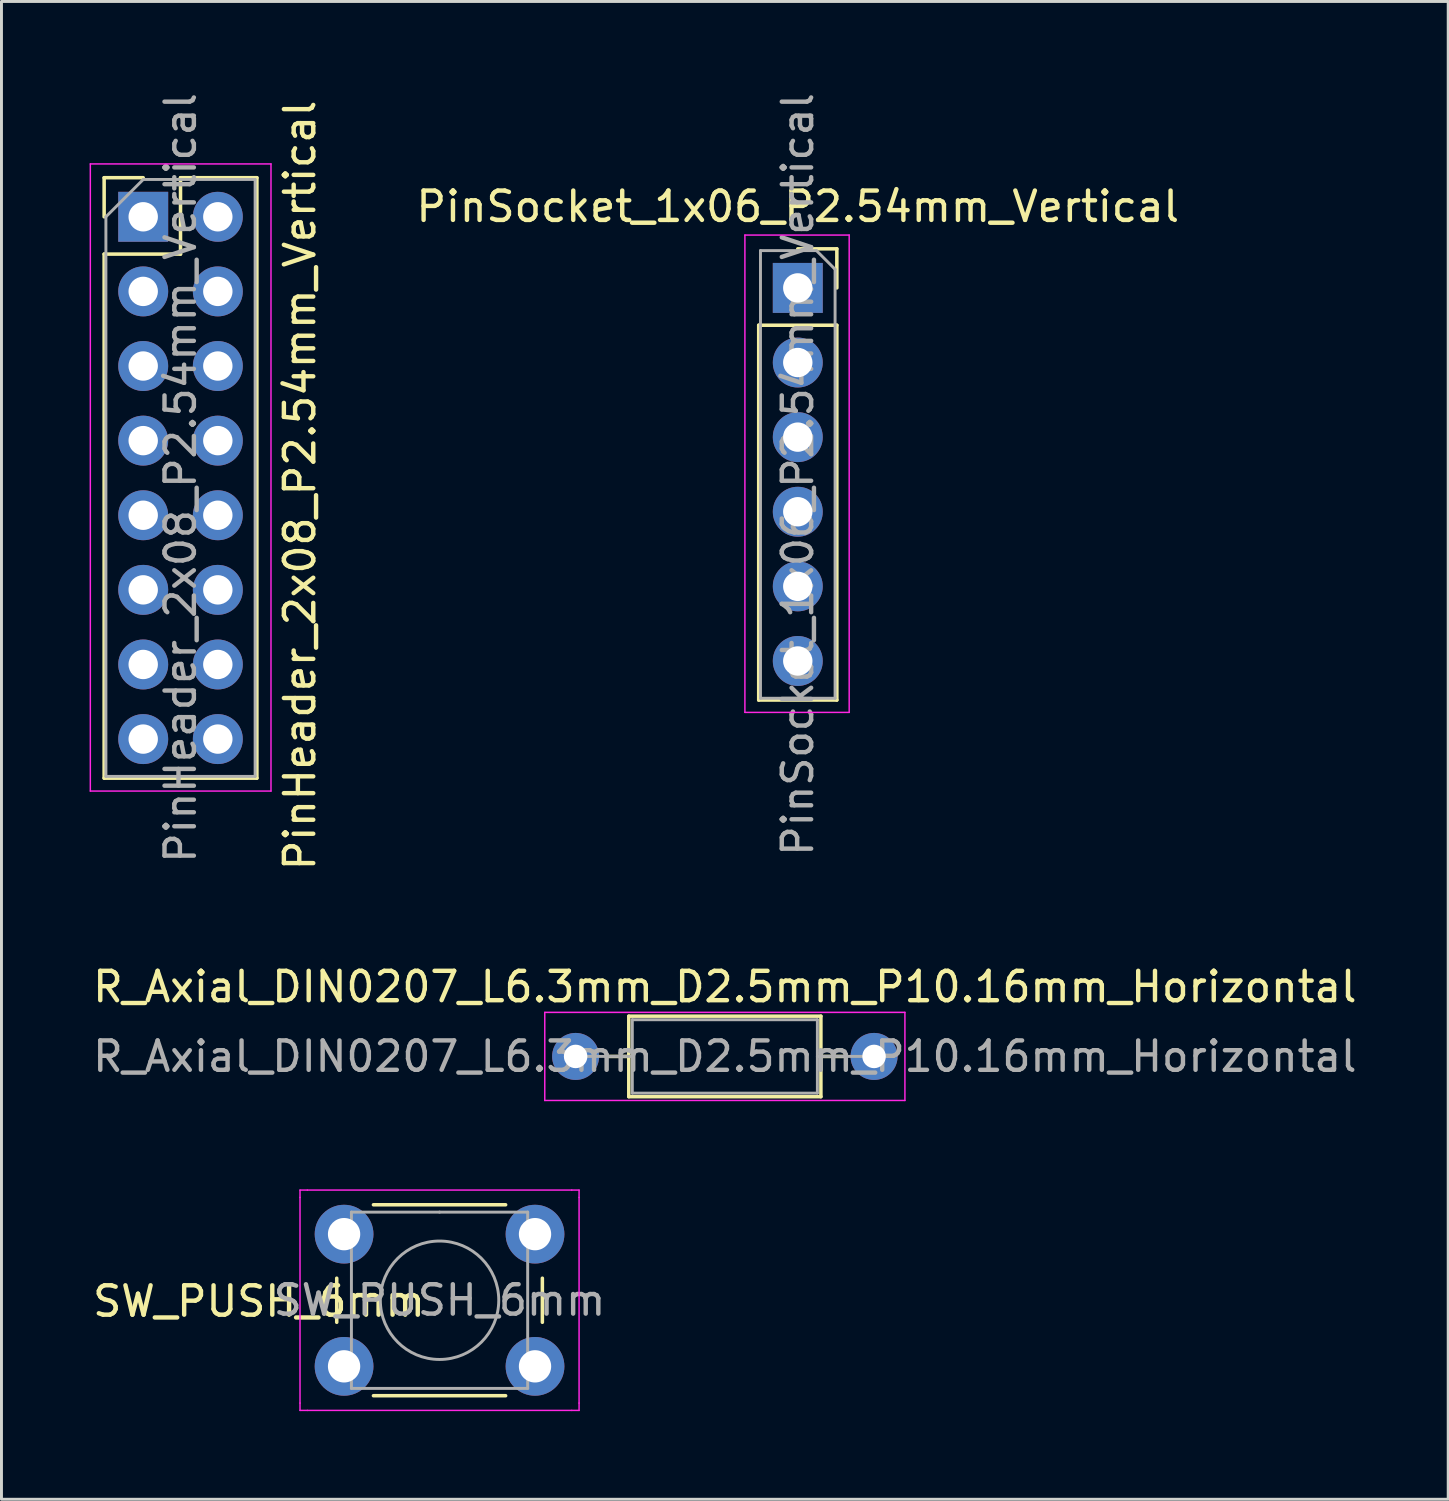
<source format=kicad_pcb>
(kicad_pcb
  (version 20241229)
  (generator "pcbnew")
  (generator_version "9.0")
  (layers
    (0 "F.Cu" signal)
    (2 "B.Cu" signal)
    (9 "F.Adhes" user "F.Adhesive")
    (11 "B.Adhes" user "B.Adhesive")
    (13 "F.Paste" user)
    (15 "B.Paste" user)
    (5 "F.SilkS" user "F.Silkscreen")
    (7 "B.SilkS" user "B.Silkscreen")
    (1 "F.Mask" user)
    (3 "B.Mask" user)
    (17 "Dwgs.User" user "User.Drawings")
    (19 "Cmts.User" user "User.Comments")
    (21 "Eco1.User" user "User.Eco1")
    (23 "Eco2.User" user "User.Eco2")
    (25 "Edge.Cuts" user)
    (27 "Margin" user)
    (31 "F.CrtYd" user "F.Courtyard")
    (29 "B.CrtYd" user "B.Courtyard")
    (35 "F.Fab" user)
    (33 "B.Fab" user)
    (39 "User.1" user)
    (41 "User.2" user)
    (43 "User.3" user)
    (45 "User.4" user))
  (footprint "PinHeader_2x08_P2.54mm_Vertical"
    (layer "F.Cu")
    (at 1.825 4.33)
    (property "Reference" "PinHeader_2x08_P2.54mm_Vertical" (at 5.334 9.144 270) (layer "F.SilkS") (effects (font (size 1 1) (thickness 0.15))))
    (attr through_hole)
    (fp_line (start -1.33 -1.33) (end 0 -1.33) (stroke (width 0.12) (type solid)) (layer "F.SilkS"))
    (fp_line (start -1.33 0) (end -1.33 -1.33) (stroke (width 0.12) (type solid)) (layer "F.SilkS"))
    (fp_line (start -1.33 1.27) (end -1.33 19.11) (stroke (width 0.12) (type solid)) (layer "F.SilkS"))
    (fp_line (start -1.33 1.27) (end 1.27 1.27) (stroke (width 0.12) (type solid)) (layer "F.SilkS"))
    (fp_line (start -1.33 19.11) (end 3.87 19.11) (stroke (width 0.12) (type solid)) (layer "F.SilkS"))
    (fp_line (start 1.27 -1.33) (end 3.87 -1.33) (stroke (width 0.12) (type solid)) (layer "F.SilkS"))
    (fp_line (start 1.27 1.27) (end 1.27 -1.33) (stroke (width 0.12) (type solid)) (layer "F.SilkS"))
    (fp_line (start 3.87 -1.33) (end 3.87 19.11) (stroke (width 0.12) (type solid)) (layer "F.SilkS"))
    (fp_line (start -1.8 -1.8) (end -1.8 19.55) (stroke (width 0.05) (type solid)) (layer "F.CrtYd"))
    (fp_line (start -1.8 19.55) (end 4.35 19.55) (stroke (width 0.05) (type solid)) (layer "F.CrtYd"))
    (fp_line (start 4.35 -1.8) (end -1.8 -1.8) (stroke (width 0.05) (type solid)) (layer "F.CrtYd"))
    (fp_line (start 4.35 19.55) (end 4.35 -1.8) (stroke (width 0.05) (type solid)) (layer "F.CrtYd"))
    (fp_line (start -1.27 0) (end 0 -1.27) (stroke (width 0.1) (type solid)) (layer "F.Fab"))
    (fp_line (start -1.27 19.05) (end -1.27 0) (stroke (width 0.1) (type solid)) (layer "F.Fab"))
    (fp_line (start 0 -1.27) (end 3.81 -1.27) (stroke (width 0.1) (type solid)) (layer "F.Fab"))
    (fp_line (start 3.81 -1.27) (end 3.81 19.05) (stroke (width 0.1) (type solid)) (layer "F.Fab"))
    (fp_line (start 3.81 19.05) (end -1.27 19.05) (stroke (width 0.1) (type solid)) (layer "F.Fab"))
    (fp_text user "${REFERENCE}" (at 1.27 8.89 90) (layer "F.Fab") (effects (font (size 1 1) (thickness 0.15))))
    (pad "1" thru_hole rect (at 0 0) (size 1.7 1.7) (drill 1) (layers "*.Cu" "*.Mask"))
    (pad "2" thru_hole oval (at 2.54 0) (size 1.7 1.7) (drill 1) (layers "*.Cu" "*.Mask"))
    (pad "3" thru_hole oval (at 0 2.54) (size 1.7 1.7) (drill 1) (layers "*.Cu" "*.Mask"))
    (pad "4" thru_hole oval (at 2.54 2.54) (size 1.7 1.7) (drill 1) (layers "*.Cu" "*.Mask"))
    (pad "5" thru_hole oval (at 0 5.08) (size 1.7 1.7) (drill 1) (layers "*.Cu" "*.Mask"))
    (pad "6" thru_hole oval (at 2.54 5.08) (size 1.7 1.7) (drill 1) (layers "*.Cu" "*.Mask"))
    (pad "7" thru_hole oval (at 0 7.62) (size 1.7 1.7) (drill 1) (layers "*.Cu" "*.Mask"))
    (pad "8" thru_hole oval (at 2.54 7.62) (size 1.7 1.7) (drill 1) (layers "*.Cu" "*.Mask"))
    (pad "9" thru_hole oval (at 0 10.16) (size 1.7 1.7) (drill 1) (layers "*.Cu" "*.Mask"))
    (pad "10" thru_hole oval (at 2.54 10.16) (size 1.7 1.7) (drill 1) (layers "*.Cu" "*.Mask"))
    (pad "11" thru_hole oval (at 0 12.7) (size 1.7 1.7) (drill 1) (layers "*.Cu" "*.Mask"))
    (pad "12" thru_hole oval (at 2.54 12.7) (size 1.7 1.7) (drill 1) (layers "*.Cu" "*.Mask"))
    (pad "13" thru_hole oval (at 0 15.24) (size 1.7 1.7) (drill 1) (layers "*.Cu" "*.Mask"))
    (pad "14" thru_hole oval (at 2.54 15.24) (size 1.7 1.7) (drill 1) (layers "*.Cu" "*.Mask"))
    (pad "15" thru_hole oval (at 0 17.78) (size 1.7 1.7) (drill 1) (layers "*.Cu" "*.Mask"))
    (pad "16" thru_hole oval (at 2.54 17.78) (size 1.7 1.7) (drill 1) (layers "*.Cu" "*.Mask")))
  (footprint "SW_PUSH_6mm"
    (layer "F.Cu")
    (at 8.663 38.963)
    (property "Reference" "SW_PUSH_6mm" (at -2.896 2.286 0) (layer "F.SilkS") (effects (font (size 1 1) (thickness 0.15))))
    (attr through_hole)
    (fp_line (start -0.25 1.5) (end -0.25 3) (stroke (width 0.12) (type solid)) (layer "F.SilkS"))
    (fp_line (start 1 5.5) (end 5.5 5.5) (stroke (width 0.12) (type solid)) (layer "F.SilkS"))
    (fp_line (start 5.5 -1) (end 1 -1) (stroke (width 0.12) (type solid)) (layer "F.SilkS"))
    (fp_line (start 6.75 3) (end 6.75 1.5) (stroke (width 0.12) (type solid)) (layer "F.SilkS"))
    (fp_line (start -1.5 -1.5) (end -1.25 -1.5) (stroke (width 0.05) (type solid)) (layer "F.CrtYd"))
    (fp_line (start -1.5 -1.25) (end -1.5 -1.5) (stroke (width 0.05) (type solid)) (layer "F.CrtYd"))
    (fp_line (start -1.5 5.75) (end -1.5 -1.25) (stroke (width 0.05) (type solid)) (layer "F.CrtYd"))
    (fp_line (start -1.5 5.75) (end -1.5 6) (stroke (width 0.05) (type solid)) (layer "F.CrtYd"))
    (fp_line (start -1.5 6) (end -1.25 6) (stroke (width 0.05) (type solid)) (layer "F.CrtYd"))
    (fp_line (start -1.25 -1.5) (end 7.75 -1.5) (stroke (width 0.05) (type solid)) (layer "F.CrtYd"))
    (fp_line (start 7.75 -1.5) (end 8 -1.5) (stroke (width 0.05) (type solid)) (layer "F.CrtYd"))
    (fp_line (start 7.75 6) (end -1.25 6) (stroke (width 0.05) (type solid)) (layer "F.CrtYd"))
    (fp_line (start 7.75 6) (end 8 6) (stroke (width 0.05) (type solid)) (layer "F.CrtYd"))
    (fp_line (start 8 -1.5) (end 8 -1.25) (stroke (width 0.05) (type solid)) (layer "F.CrtYd"))
    (fp_line (start 8 -1.25) (end 8 5.75) (stroke (width 0.05) (type solid)) (layer "F.CrtYd"))
    (fp_line (start 8 6) (end 8 5.75) (stroke (width 0.05) (type solid)) (layer "F.CrtYd"))
    (fp_line (start 0.25 -0.75) (end 3.25 -0.75) (stroke (width 0.1) (type solid)) (layer "F.Fab"))
    (fp_line (start 0.25 5.25) (end 0.25 -0.75) (stroke (width 0.1) (type solid)) (layer "F.Fab"))
    (fp_line (start 3.25 -0.75) (end 6.25 -0.75) (stroke (width 0.1) (type solid)) (layer "F.Fab"))
    (fp_line (start 6.25 -0.75) (end 6.25 5.25) (stroke (width 0.1) (type solid)) (layer "F.Fab"))
    (fp_line (start 6.25 5.25) (end 0.25 5.25) (stroke (width 0.1) (type solid)) (layer "F.Fab"))
    (fp_circle (center 3.25 2.25) (end 1.25 2.5) (stroke (width 0.1) (type solid)) (fill no) (layer "F.Fab"))
    (fp_text user "${REFERENCE}" (at 3.25 2.25 0) (layer "F.Fab") (effects (font (size 1 1) (thickness 0.15))))
    (pad "1" thru_hole circle (at 0 0 90) (size 2 2) (drill 1.1) (layers "*.Cu" "*.Mask"))
    (pad "1" thru_hole circle (at 6.5 0 90) (size 2 2) (drill 1.1) (layers "*.Cu" "*.Mask"))
    (pad "2" thru_hole circle (at 0 4.5 90) (size 2 2) (drill 1.1) (layers "*.Cu" "*.Mask"))
    (pad "2" thru_hole circle (at 6.5 4.5 90) (size 2 2) (drill 1.1) (layers "*.Cu" "*.Mask")))
  (footprint "R_Axial_DIN0207_L6.3mm_D2.5mm_P10.16mm_Horizontal"
    (layer "F.Cu")
    (at 16.545 32.913)
    (property "Reference" "R_Axial_DIN0207_L6.3mm_D2.5mm_P10.16mm_Horizontal" (at 5.08 -2.37 0) (layer "F.SilkS") (effects (font (size 1 1) (thickness 0.15))))
    (attr through_hole)
    (fp_line (start 1.04 0) (end 1.81 0) (stroke (width 0.12) (type solid)) (layer "F.SilkS"))
    (fp_line (start 1.81 -1.37) (end 1.81 1.37) (stroke (width 0.12) (type solid)) (layer "F.SilkS"))
    (fp_line (start 1.81 1.37) (end 8.35 1.37) (stroke (width 0.12) (type solid)) (layer "F.SilkS"))
    (fp_line (start 8.35 -1.37) (end 1.81 -1.37) (stroke (width 0.12) (type solid)) (layer "F.SilkS"))
    (fp_line (start 8.35 1.37) (end 8.35 -1.37) (stroke (width 0.12) (type solid)) (layer "F.SilkS"))
    (fp_line (start 9.12 0) (end 8.35 0) (stroke (width 0.12) (type solid)) (layer "F.SilkS"))
    (fp_line (start -1.05 -1.5) (end -1.05 1.5) (stroke (width 0.05) (type solid)) (layer "F.CrtYd"))
    (fp_line (start -1.05 1.5) (end 11.21 1.5) (stroke (width 0.05) (type solid)) (layer "F.CrtYd"))
    (fp_line (start 11.21 -1.5) (end -1.05 -1.5) (stroke (width 0.05) (type solid)) (layer "F.CrtYd"))
    (fp_line (start 11.21 1.5) (end 11.21 -1.5) (stroke (width 0.05) (type solid)) (layer "F.CrtYd"))
    (fp_line (start 0 0) (end 1.93 0) (stroke (width 0.1) (type solid)) (layer "F.Fab"))
    (fp_line (start 1.93 -1.25) (end 1.93 1.25) (stroke (width 0.1) (type solid)) (layer "F.Fab"))
    (fp_line (start 1.93 1.25) (end 8.23 1.25) (stroke (width 0.1) (type solid)) (layer "F.Fab"))
    (fp_line (start 8.23 -1.25) (end 1.93 -1.25) (stroke (width 0.1) (type solid)) (layer "F.Fab"))
    (fp_line (start 8.23 1.25) (end 8.23 -1.25) (stroke (width 0.1) (type solid)) (layer "F.Fab"))
    (fp_line (start 10.16 0) (end 8.23 0) (stroke (width 0.1) (type solid)) (layer "F.Fab"))
    (fp_text user "${REFERENCE}" (at 5.08 0 0) (layer "F.Fab") (effects (font (size 1 1) (thickness 0.15))))
    (pad "1" thru_hole circle (at 0 0) (size 1.6 1.6) (drill 0.8) (layers "*.Cu" "*.Mask"))
    (pad "2" thru_hole oval (at 10.16 0) (size 1.6 1.6) (drill 0.8) (layers "*.Cu" "*.Mask")))
  (footprint "PinSocket_1x06_P2.54mm_Vertical"
    (layer "F.Cu")
    (at 24.108 6.751)
    (property "Reference" "PinSocket_1x06_P2.54mm_Vertical" (at 0 -2.77 0) (layer "F.SilkS") (effects (font (size 1 1) (thickness 0.15))))
    (attr through_hole)
    (fp_line (start -1.33 1.27) (end -1.33 14.03) (stroke (width 0.12) (type solid)) (layer "F.SilkS"))
    (fp_line (start -1.33 1.27) (end 1.33 1.27) (stroke (width 0.12) (type solid)) (layer "F.SilkS"))
    (fp_line (start -1.33 14.03) (end 1.33 14.03) (stroke (width 0.12) (type solid)) (layer "F.SilkS"))
    (fp_line (start 0 -1.33) (end 1.33 -1.33) (stroke (width 0.12) (type solid)) (layer "F.SilkS"))
    (fp_line (start 1.33 -1.33) (end 1.33 0) (stroke (width 0.12) (type solid)) (layer "F.SilkS"))
    (fp_line (start 1.33 1.27) (end 1.33 14.03) (stroke (width 0.12) (type solid)) (layer "F.SilkS"))
    (fp_line (start -1.8 -1.8) (end 1.75 -1.8) (stroke (width 0.05) (type solid)) (layer "F.CrtYd"))
    (fp_line (start -1.8 14.45) (end -1.8 -1.8) (stroke (width 0.05) (type solid)) (layer "F.CrtYd"))
    (fp_line (start 1.75 -1.8) (end 1.75 14.45) (stroke (width 0.05) (type solid)) (layer "F.CrtYd"))
    (fp_line (start 1.75 14.45) (end -1.8 14.45) (stroke (width 0.05) (type solid)) (layer "F.CrtYd"))
    (fp_line (start -1.27 -1.27) (end 0.635 -1.27) (stroke (width 0.1) (type solid)) (layer "F.Fab"))
    (fp_line (start -1.27 13.97) (end -1.27 -1.27) (stroke (width 0.1) (type solid)) (layer "F.Fab"))
    (fp_line (start 0.635 -1.27) (end 1.27 -0.635) (stroke (width 0.1) (type solid)) (layer "F.Fab"))
    (fp_line (start 1.27 -0.635) (end 1.27 13.97) (stroke (width 0.1) (type solid)) (layer "F.Fab"))
    (fp_line (start 1.27 13.97) (end -1.27 13.97) (stroke (width 0.1) (type solid)) (layer "F.Fab"))
    (fp_text user "${REFERENCE}" (at 0 6.35 270) (layer "F.Fab") (effects (font (size 1 1) (thickness 0.15))))
    (pad "1" thru_hole rect (at 0 0) (size 1.7 1.7) (drill 1) (layers "*.Cu" "*.Mask"))
    (pad "2" thru_hole oval (at 0 2.54) (size 1.7 1.7) (drill 1) (layers "*.Cu" "*.Mask"))
    (pad "3" thru_hole oval (at 0 5.08) (size 1.7 1.7) (drill 1) (layers "*.Cu" "*.Mask"))
    (pad "4" thru_hole oval (at 0 7.62) (size 1.7 1.7) (drill 1) (layers "*.Cu" "*.Mask"))
    (pad "5" thru_hole oval (at 0 10.16) (size 1.7 1.7) (drill 1) (layers "*.Cu" "*.Mask"))
    (pad "6" thru_hole oval (at 0 12.7) (size 1.7 1.7) (drill 1) (layers "*.Cu" "*.Mask")))
  (gr_rect
    (start -3 -3)
    (end 46.25 47.988)
    (stroke (width 0.1) (type default))
    (fill no)
    (layer "Edge.Cuts")))
</source>
